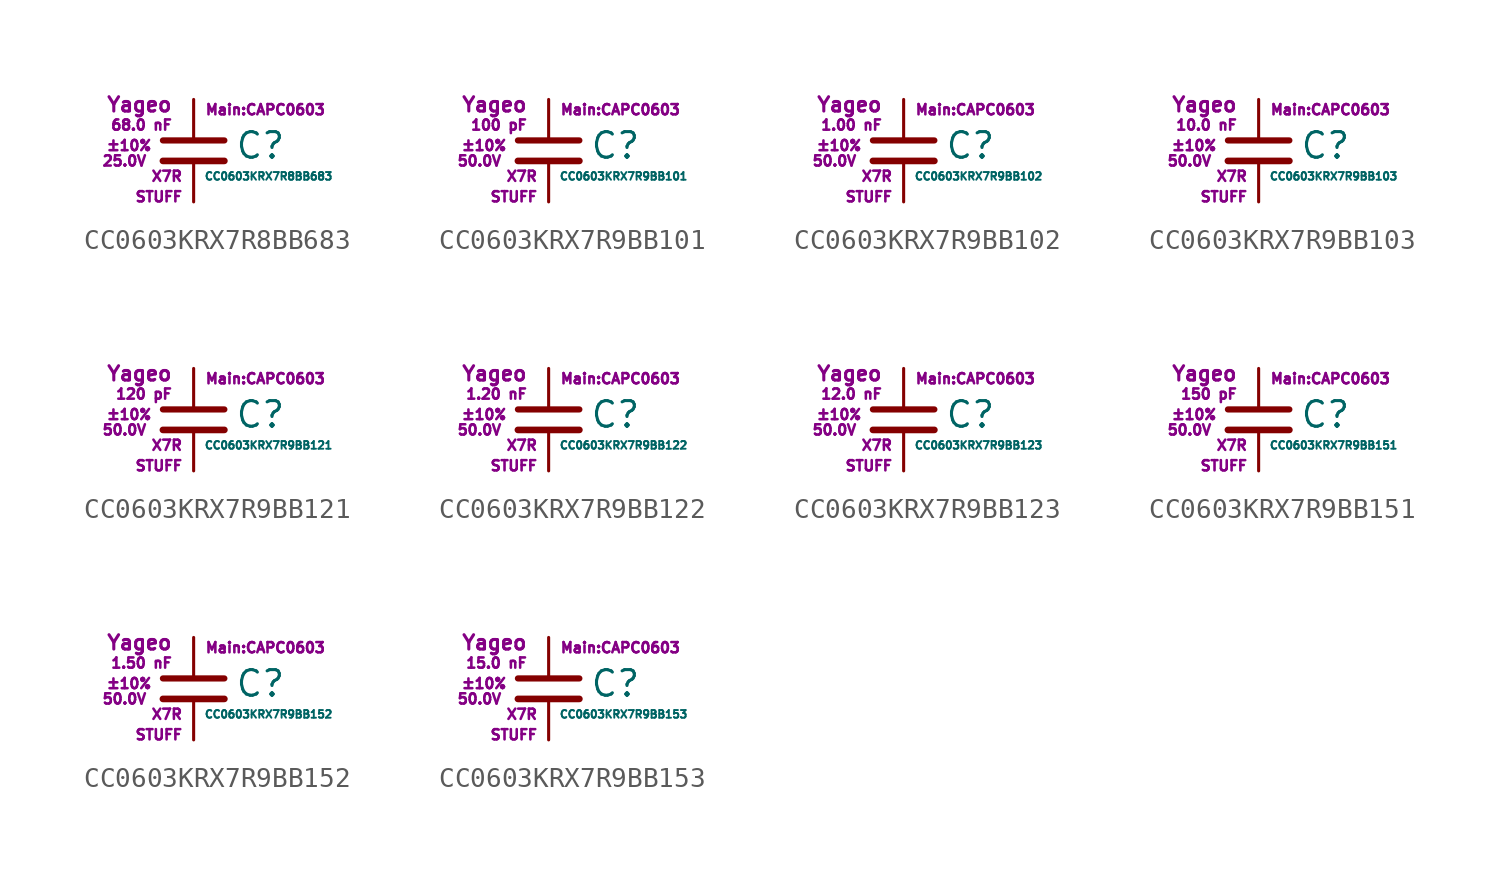
<source format=kicad_sym>
(kicad_symbol_lib
  (version 20211014)
  (generator kicad_symbol_editor)
  (symbol "CC0603KRX7R8BB683"
    (pin_numbers hide)
    (pin_names
      (offset 0.254) hide)
    (property "Reference" "C"
      (at 2.032 0.254 0)
      (effects (font (size 1.27 1.27)) (justify left)))
    (property "Value" "CC0603KRX7R8BB683"
      (at 0.508 -1.27 0)
      (effects (font (size 0.381 0.381)) (justify left)))
    (property "Footprint" "Main:CAPC0603"
      (at 3.556 2.032 0)
      (effects (font (size 0.508 0.508))))
    (property "Datasheet" ""
      (at 0.762 0.508 0)
      (effects (font (size 1.27 1.27))))
    (property "Manufacturer" "Yageo"
      (at -1.016 2.286 0)
      (effects (font (size 0.711 0.711)) (justify right)))
    (property "SKU" "STUFF"
      (at -0.508 -2.286 0)
      (effects (font (size 0.508 0.508)) (justify right)))
    (property "C" "68.0 nF"
      (at -1.016 1.27 0)
      (effects (font (size 0.508 0.508)) (justify right)))
    (property "Tol" "±10%"
      (at -2.032 0.254 0)
      (effects (font (size 0.508 0.508)) (justify right)))
    (property "Vmax" "25.0V"
      (at -2.286 -0.508 0)
      (effects (font (size 0.508 0.508)) (justify right)))
    (property "Type" "X7R"
      (at -0.508 -1.27 0)
      (effects (font (size 0.508 0.508)) (justify right)))
    (symbol "CC0603KRX7R8BB683_0_1"
      (polyline (pts (xy -1.524 -0.508) (xy 1.524 -0.508)) (stroke (width 0.33) (type default) (color 0 0 0 0)) (fill (type none)))
      (polyline (pts (xy -1.524 0.508) (xy 1.524 0.508)) (stroke (width 0.305) (type default) (color 0 0 0 0)) (fill (type none))))
    (symbol "CC0603KRX7R8BB683_1_1"
      (pin passive line (at 0 2.54 270) (length 1.905) (name "~" (effects (font (size 1.016 1.016)))) (number "1" (effects (font (size 1.016 1.016)))))
      (pin passive line (at 0 -2.54 90) (length 2.032) (name "~" (effects (font (size 1.016 1.016)))) (number "2" (effects (font (size 1.016 1.016)))))))
  (symbol "CC0603KRX7R9BB101"
    (pin_numbers hide)
    (pin_names
      (offset 0.254) hide)
    (property "Reference" "C"
      (at 2.032 0.254 0)
      (effects (font (size 1.27 1.27)) (justify left)))
    (property "Value" "CC0603KRX7R9BB101"
      (at 0.508 -1.27 0)
      (effects (font (size 0.381 0.381)) (justify left)))
    (property "Footprint" "Main:CAPC0603"
      (at 3.556 2.032 0)
      (effects (font (size 0.508 0.508))))
    (property "Datasheet" ""
      (at 0.762 0.508 0)
      (effects (font (size 1.27 1.27))))
    (property "Manufacturer" "Yageo"
      (at -1.016 2.286 0)
      (effects (font (size 0.711 0.711)) (justify right)))
    (property "SKU" "STUFF"
      (at -0.508 -2.286 0)
      (effects (font (size 0.508 0.508)) (justify right)))
    (property "C" "100 pF"
      (at -1.016 1.27 0)
      (effects (font (size 0.508 0.508)) (justify right)))
    (property "Tol" "±10%"
      (at -2.032 0.254 0)
      (effects (font (size 0.508 0.508)) (justify right)))
    (property "Vmax" "50.0V"
      (at -2.286 -0.508 0)
      (effects (font (size 0.508 0.508)) (justify right)))
    (property "Type" "X7R"
      (at -0.508 -1.27 0)
      (effects (font (size 0.508 0.508)) (justify right)))
    (symbol "CC0603KRX7R9BB101_0_1"
      (polyline (pts (xy -1.524 -0.508) (xy 1.524 -0.508)) (stroke (width 0.33) (type default) (color 0 0 0 0)) (fill (type none)))
      (polyline (pts (xy -1.524 0.508) (xy 1.524 0.508)) (stroke (width 0.305) (type default) (color 0 0 0 0)) (fill (type none))))
    (symbol "CC0603KRX7R9BB101_1_1"
      (pin passive line (at 0 2.54 270) (length 1.905) (name "~" (effects (font (size 1.016 1.016)))) (number "1" (effects (font (size 1.016 1.016)))))
      (pin passive line (at 0 -2.54 90) (length 2.032) (name "~" (effects (font (size 1.016 1.016)))) (number "2" (effects (font (size 1.016 1.016)))))))
  (symbol "CC0603KRX7R9BB102"
    (pin_numbers hide)
    (pin_names
      (offset 0.254) hide)
    (property "Reference" "C"
      (at 2.032 0.254 0)
      (effects (font (size 1.27 1.27)) (justify left)))
    (property "Value" "CC0603KRX7R9BB102"
      (at 0.508 -1.27 0)
      (effects (font (size 0.381 0.381)) (justify left)))
    (property "Footprint" "Main:CAPC0603"
      (at 3.556 2.032 0)
      (effects (font (size 0.508 0.508))))
    (property "Datasheet" ""
      (at 0.762 0.508 0)
      (effects (font (size 1.27 1.27))))
    (property "Manufacturer" "Yageo"
      (at -1.016 2.286 0)
      (effects (font (size 0.711 0.711)) (justify right)))
    (property "SKU" "STUFF"
      (at -0.508 -2.286 0)
      (effects (font (size 0.508 0.508)) (justify right)))
    (property "C" "1.00 nF"
      (at -1.016 1.27 0)
      (effects (font (size 0.508 0.508)) (justify right)))
    (property "Tol" "±10%"
      (at -2.032 0.254 0)
      (effects (font (size 0.508 0.508)) (justify right)))
    (property "Vmax" "50.0V"
      (at -2.286 -0.508 0)
      (effects (font (size 0.508 0.508)) (justify right)))
    (property "Type" "X7R"
      (at -0.508 -1.27 0)
      (effects (font (size 0.508 0.508)) (justify right)))
    (symbol "CC0603KRX7R9BB102_0_1"
      (polyline (pts (xy -1.524 -0.508) (xy 1.524 -0.508)) (stroke (width 0.33) (type default) (color 0 0 0 0)) (fill (type none)))
      (polyline (pts (xy -1.524 0.508) (xy 1.524 0.508)) (stroke (width 0.305) (type default) (color 0 0 0 0)) (fill (type none))))
    (symbol "CC0603KRX7R9BB102_1_1"
      (pin passive line (at 0 2.54 270) (length 1.905) (name "~" (effects (font (size 1.016 1.016)))) (number "1" (effects (font (size 1.016 1.016)))))
      (pin passive line (at 0 -2.54 90) (length 2.032) (name "~" (effects (font (size 1.016 1.016)))) (number "2" (effects (font (size 1.016 1.016)))))))
  (symbol "CC0603KRX7R9BB103"
    (pin_numbers hide)
    (pin_names
      (offset 0.254) hide)
    (property "Reference" "C"
      (at 2.032 0.254 0)
      (effects (font (size 1.27 1.27)) (justify left)))
    (property "Value" "CC0603KRX7R9BB103"
      (at 0.508 -1.27 0)
      (effects (font (size 0.381 0.381)) (justify left)))
    (property "Footprint" "Main:CAPC0603"
      (at 3.556 2.032 0)
      (effects (font (size 0.508 0.508))))
    (property "Datasheet" ""
      (at 0.762 0.508 0)
      (effects (font (size 1.27 1.27))))
    (property "Manufacturer" "Yageo"
      (at -1.016 2.286 0)
      (effects (font (size 0.711 0.711)) (justify right)))
    (property "SKU" "STUFF"
      (at -0.508 -2.286 0)
      (effects (font (size 0.508 0.508)) (justify right)))
    (property "C" "10.0 nF"
      (at -1.016 1.27 0)
      (effects (font (size 0.508 0.508)) (justify right)))
    (property "Tol" "±10%"
      (at -2.032 0.254 0)
      (effects (font (size 0.508 0.508)) (justify right)))
    (property "Vmax" "50.0V"
      (at -2.286 -0.508 0)
      (effects (font (size 0.508 0.508)) (justify right)))
    (property "Type" "X7R"
      (at -0.508 -1.27 0)
      (effects (font (size 0.508 0.508)) (justify right)))
    (symbol "CC0603KRX7R9BB103_0_1"
      (polyline (pts (xy -1.524 -0.508) (xy 1.524 -0.508)) (stroke (width 0.33) (type default) (color 0 0 0 0)) (fill (type none)))
      (polyline (pts (xy -1.524 0.508) (xy 1.524 0.508)) (stroke (width 0.305) (type default) (color 0 0 0 0)) (fill (type none))))
    (symbol "CC0603KRX7R9BB103_1_1"
      (pin passive line (at 0 2.54 270) (length 1.905) (name "~" (effects (font (size 1.016 1.016)))) (number "1" (effects (font (size 1.016 1.016)))))
      (pin passive line (at 0 -2.54 90) (length 2.032) (name "~" (effects (font (size 1.016 1.016)))) (number "2" (effects (font (size 1.016 1.016)))))))
  (symbol "CC0603KRX7R9BB121"
    (pin_numbers hide)
    (pin_names
      (offset 0.254) hide)
    (property "Reference" "C"
      (at 2.032 0.254 0)
      (effects (font (size 1.27 1.27)) (justify left)))
    (property "Value" "CC0603KRX7R9BB121"
      (at 0.508 -1.27 0)
      (effects (font (size 0.381 0.381)) (justify left)))
    (property "Footprint" "Main:CAPC0603"
      (at 3.556 2.032 0)
      (effects (font (size 0.508 0.508))))
    (property "Datasheet" ""
      (at 0.762 0.508 0)
      (effects (font (size 1.27 1.27))))
    (property "Manufacturer" "Yageo"
      (at -1.016 2.286 0)
      (effects (font (size 0.711 0.711)) (justify right)))
    (property "SKU" "STUFF"
      (at -0.508 -2.286 0)
      (effects (font (size 0.508 0.508)) (justify right)))
    (property "C" "120 pF"
      (at -1.016 1.27 0)
      (effects (font (size 0.508 0.508)) (justify right)))
    (property "Tol" "±10%"
      (at -2.032 0.254 0)
      (effects (font (size 0.508 0.508)) (justify right)))
    (property "Vmax" "50.0V"
      (at -2.286 -0.508 0)
      (effects (font (size 0.508 0.508)) (justify right)))
    (property "Type" "X7R"
      (at -0.508 -1.27 0)
      (effects (font (size 0.508 0.508)) (justify right)))
    (symbol "CC0603KRX7R9BB121_0_1"
      (polyline (pts (xy -1.524 -0.508) (xy 1.524 -0.508)) (stroke (width 0.33) (type default) (color 0 0 0 0)) (fill (type none)))
      (polyline (pts (xy -1.524 0.508) (xy 1.524 0.508)) (stroke (width 0.305) (type default) (color 0 0 0 0)) (fill (type none))))
    (symbol "CC0603KRX7R9BB121_1_1"
      (pin passive line (at 0 2.54 270) (length 1.905) (name "~" (effects (font (size 1.016 1.016)))) (number "1" (effects (font (size 1.016 1.016)))))
      (pin passive line (at 0 -2.54 90) (length 2.032) (name "~" (effects (font (size 1.016 1.016)))) (number "2" (effects (font (size 1.016 1.016)))))))
  (symbol "CC0603KRX7R9BB122"
    (pin_numbers hide)
    (pin_names
      (offset 0.254) hide)
    (property "Reference" "C"
      (at 2.032 0.254 0)
      (effects (font (size 1.27 1.27)) (justify left)))
    (property "Value" "CC0603KRX7R9BB122"
      (at 0.508 -1.27 0)
      (effects (font (size 0.381 0.381)) (justify left)))
    (property "Footprint" "Main:CAPC0603"
      (at 3.556 2.032 0)
      (effects (font (size 0.508 0.508))))
    (property "Datasheet" ""
      (at 0.762 0.508 0)
      (effects (font (size 1.27 1.27))))
    (property "Manufacturer" "Yageo"
      (at -1.016 2.286 0)
      (effects (font (size 0.711 0.711)) (justify right)))
    (property "SKU" "STUFF"
      (at -0.508 -2.286 0)
      (effects (font (size 0.508 0.508)) (justify right)))
    (property "C" "1.20 nF"
      (at -1.016 1.27 0)
      (effects (font (size 0.508 0.508)) (justify right)))
    (property "Tol" "±10%"
      (at -2.032 0.254 0)
      (effects (font (size 0.508 0.508)) (justify right)))
    (property "Vmax" "50.0V"
      (at -2.286 -0.508 0)
      (effects (font (size 0.508 0.508)) (justify right)))
    (property "Type" "X7R"
      (at -0.508 -1.27 0)
      (effects (font (size 0.508 0.508)) (justify right)))
    (symbol "CC0603KRX7R9BB122_0_1"
      (polyline (pts (xy -1.524 -0.508) (xy 1.524 -0.508)) (stroke (width 0.33) (type default) (color 0 0 0 0)) (fill (type none)))
      (polyline (pts (xy -1.524 0.508) (xy 1.524 0.508)) (stroke (width 0.305) (type default) (color 0 0 0 0)) (fill (type none))))
    (symbol "CC0603KRX7R9BB122_1_1"
      (pin passive line (at 0 2.54 270) (length 1.905) (name "~" (effects (font (size 1.016 1.016)))) (number "1" (effects (font (size 1.016 1.016)))))
      (pin passive line (at 0 -2.54 90) (length 2.032) (name "~" (effects (font (size 1.016 1.016)))) (number "2" (effects (font (size 1.016 1.016)))))))
  (symbol "CC0603KRX7R9BB123"
    (pin_numbers hide)
    (pin_names
      (offset 0.254) hide)
    (property "Reference" "C"
      (at 2.032 0.254 0)
      (effects (font (size 1.27 1.27)) (justify left)))
    (property "Value" "CC0603KRX7R9BB123"
      (at 0.508 -1.27 0)
      (effects (font (size 0.381 0.381)) (justify left)))
    (property "Footprint" "Main:CAPC0603"
      (at 3.556 2.032 0)
      (effects (font (size 0.508 0.508))))
    (property "Datasheet" ""
      (at 0.762 0.508 0)
      (effects (font (size 1.27 1.27))))
    (property "Manufacturer" "Yageo"
      (at -1.016 2.286 0)
      (effects (font (size 0.711 0.711)) (justify right)))
    (property "SKU" "STUFF"
      (at -0.508 -2.286 0)
      (effects (font (size 0.508 0.508)) (justify right)))
    (property "C" "12.0 nF"
      (at -1.016 1.27 0)
      (effects (font (size 0.508 0.508)) (justify right)))
    (property "Tol" "±10%"
      (at -2.032 0.254 0)
      (effects (font (size 0.508 0.508)) (justify right)))
    (property "Vmax" "50.0V"
      (at -2.286 -0.508 0)
      (effects (font (size 0.508 0.508)) (justify right)))
    (property "Type" "X7R"
      (at -0.508 -1.27 0)
      (effects (font (size 0.508 0.508)) (justify right)))
    (symbol "CC0603KRX7R9BB123_0_1"
      (polyline (pts (xy -1.524 -0.508) (xy 1.524 -0.508)) (stroke (width 0.33) (type default) (color 0 0 0 0)) (fill (type none)))
      (polyline (pts (xy -1.524 0.508) (xy 1.524 0.508)) (stroke (width 0.305) (type default) (color 0 0 0 0)) (fill (type none))))
    (symbol "CC0603KRX7R9BB123_1_1"
      (pin passive line (at 0 2.54 270) (length 1.905) (name "~" (effects (font (size 1.016 1.016)))) (number "1" (effects (font (size 1.016 1.016)))))
      (pin passive line (at 0 -2.54 90) (length 2.032) (name "~" (effects (font (size 1.016 1.016)))) (number "2" (effects (font (size 1.016 1.016)))))))
  (symbol "CC0603KRX7R9BB151"
    (pin_numbers hide)
    (pin_names
      (offset 0.254) hide)
    (property "Reference" "C"
      (at 2.032 0.254 0)
      (effects (font (size 1.27 1.27)) (justify left)))
    (property "Value" "CC0603KRX7R9BB151"
      (at 0.508 -1.27 0)
      (effects (font (size 0.381 0.381)) (justify left)))
    (property "Footprint" "Main:CAPC0603"
      (at 3.556 2.032 0)
      (effects (font (size 0.508 0.508))))
    (property "Datasheet" ""
      (at 0.762 0.508 0)
      (effects (font (size 1.27 1.27))))
    (property "Manufacturer" "Yageo"
      (at -1.016 2.286 0)
      (effects (font (size 0.711 0.711)) (justify right)))
    (property "SKU" "STUFF"
      (at -0.508 -2.286 0)
      (effects (font (size 0.508 0.508)) (justify right)))
    (property "C" "150 pF"
      (at -1.016 1.27 0)
      (effects (font (size 0.508 0.508)) (justify right)))
    (property "Tol" "±10%"
      (at -2.032 0.254 0)
      (effects (font (size 0.508 0.508)) (justify right)))
    (property "Vmax" "50.0V"
      (at -2.286 -0.508 0)
      (effects (font (size 0.508 0.508)) (justify right)))
    (property "Type" "X7R"
      (at -0.508 -1.27 0)
      (effects (font (size 0.508 0.508)) (justify right)))
    (symbol "CC0603KRX7R9BB151_0_1"
      (polyline (pts (xy -1.524 -0.508) (xy 1.524 -0.508)) (stroke (width 0.33) (type default) (color 0 0 0 0)) (fill (type none)))
      (polyline (pts (xy -1.524 0.508) (xy 1.524 0.508)) (stroke (width 0.305) (type default) (color 0 0 0 0)) (fill (type none))))
    (symbol "CC0603KRX7R9BB151_1_1"
      (pin passive line (at 0 2.54 270) (length 1.905) (name "~" (effects (font (size 1.016 1.016)))) (number "1" (effects (font (size 1.016 1.016)))))
      (pin passive line (at 0 -2.54 90) (length 2.032) (name "~" (effects (font (size 1.016 1.016)))) (number "2" (effects (font (size 1.016 1.016)))))))
  (symbol "CC0603KRX7R9BB152"
    (pin_numbers hide)
    (pin_names
      (offset 0.254) hide)
    (property "Reference" "C"
      (at 2.032 0.254 0)
      (effects (font (size 1.27 1.27)) (justify left)))
    (property "Value" "CC0603KRX7R9BB152"
      (at 0.508 -1.27 0)
      (effects (font (size 0.381 0.381)) (justify left)))
    (property "Footprint" "Main:CAPC0603"
      (at 3.556 2.032 0)
      (effects (font (size 0.508 0.508))))
    (property "Datasheet" ""
      (at 0.762 0.508 0)
      (effects (font (size 1.27 1.27))))
    (property "Manufacturer" "Yageo"
      (at -1.016 2.286 0)
      (effects (font (size 0.711 0.711)) (justify right)))
    (property "SKU" "STUFF"
      (at -0.508 -2.286 0)
      (effects (font (size 0.508 0.508)) (justify right)))
    (property "C" "1.50 nF"
      (at -1.016 1.27 0)
      (effects (font (size 0.508 0.508)) (justify right)))
    (property "Tol" "±10%"
      (at -2.032 0.254 0)
      (effects (font (size 0.508 0.508)) (justify right)))
    (property "Vmax" "50.0V"
      (at -2.286 -0.508 0)
      (effects (font (size 0.508 0.508)) (justify right)))
    (property "Type" "X7R"
      (at -0.508 -1.27 0)
      (effects (font (size 0.508 0.508)) (justify right)))
    (symbol "CC0603KRX7R9BB152_0_1"
      (polyline (pts (xy -1.524 -0.508) (xy 1.524 -0.508)) (stroke (width 0.33) (type default) (color 0 0 0 0)) (fill (type none)))
      (polyline (pts (xy -1.524 0.508) (xy 1.524 0.508)) (stroke (width 0.305) (type default) (color 0 0 0 0)) (fill (type none))))
    (symbol "CC0603KRX7R9BB152_1_1"
      (pin passive line (at 0 2.54 270) (length 1.905) (name "~" (effects (font (size 1.016 1.016)))) (number "1" (effects (font (size 1.016 1.016)))))
      (pin passive line (at 0 -2.54 90) (length 2.032) (name "~" (effects (font (size 1.016 1.016)))) (number "2" (effects (font (size 1.016 1.016)))))))
  (symbol "CC0603KRX7R9BB153"
    (pin_numbers hide)
    (pin_names
      (offset 0.254) hide)
    (property "Reference" "C"
      (at 2.032 0.254 0)
      (effects (font (size 1.27 1.27)) (justify left)))
    (property "Value" "CC0603KRX7R9BB153"
      (at 0.508 -1.27 0)
      (effects (font (size 0.381 0.381)) (justify left)))
    (property "Footprint" "Main:CAPC0603"
      (at 3.556 2.032 0)
      (effects (font (size 0.508 0.508))))
    (property "Datasheet" ""
      (at 0.762 0.508 0)
      (effects (font (size 1.27 1.27))))
    (property "Manufacturer" "Yageo"
      (at -1.016 2.286 0)
      (effects (font (size 0.711 0.711)) (justify right)))
    (property "SKU" "STUFF"
      (at -0.508 -2.286 0)
      (effects (font (size 0.508 0.508)) (justify right)))
    (property "C" "15.0 nF"
      (at -1.016 1.27 0)
      (effects (font (size 0.508 0.508)) (justify right)))
    (property "Tol" "±10%"
      (at -2.032 0.254 0)
      (effects (font (size 0.508 0.508)) (justify right)))
    (property "Vmax" "50.0V"
      (at -2.286 -0.508 0)
      (effects (font (size 0.508 0.508)) (justify right)))
    (property "Type" "X7R"
      (at -0.508 -1.27 0)
      (effects (font (size 0.508 0.508)) (justify right)))
    (symbol "CC0603KRX7R9BB153_0_1"
      (polyline (pts (xy -1.524 -0.508) (xy 1.524 -0.508)) (stroke (width 0.33) (type default) (color 0 0 0 0)) (fill (type none)))
      (polyline (pts (xy -1.524 0.508) (xy 1.524 0.508)) (stroke (width 0.305) (type default) (color 0 0 0 0)) (fill (type none))))
    (symbol "CC0603KRX7R9BB153_1_1"
      (pin passive line (at 0 2.54 270) (length 1.905) (name "~" (effects (font (size 1.016 1.016)))) (number "1" (effects (font (size 1.016 1.016)))))
      (pin passive line (at 0 -2.54 90) (length 2.032) (name "~" (effects (font (size 1.016 1.016)))) (number "2" (effects (font (size 1.016 1.016))))))))
</source>
